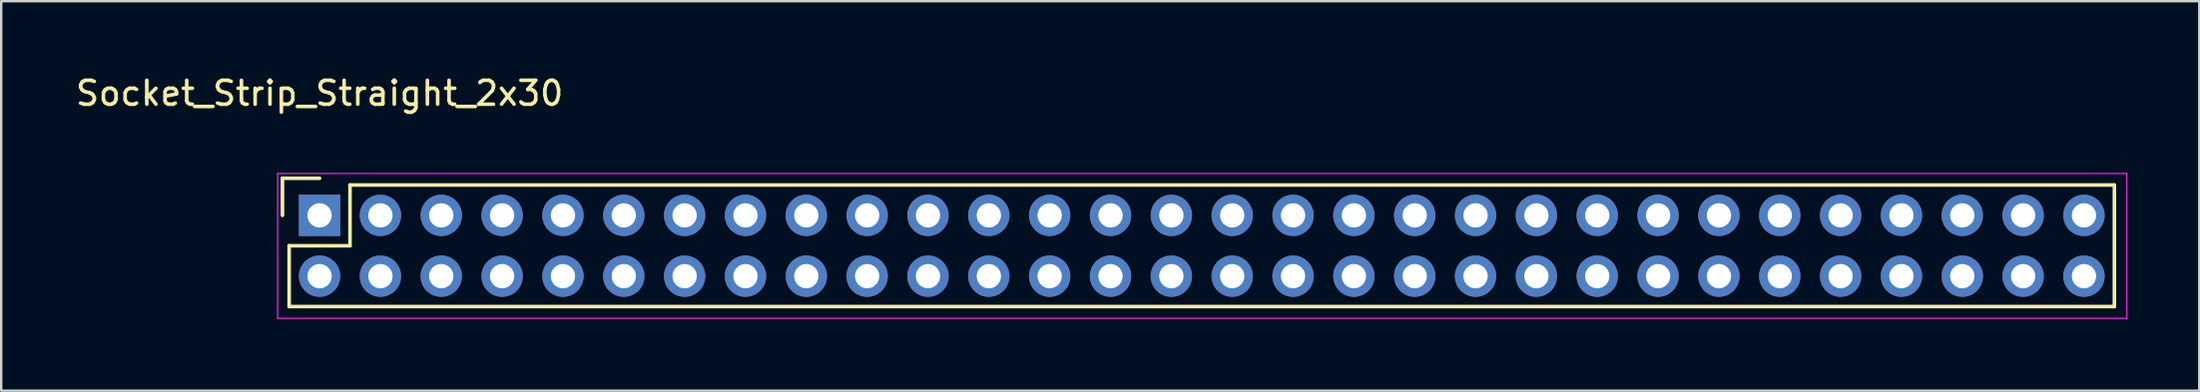
<source format=kicad_pcb>
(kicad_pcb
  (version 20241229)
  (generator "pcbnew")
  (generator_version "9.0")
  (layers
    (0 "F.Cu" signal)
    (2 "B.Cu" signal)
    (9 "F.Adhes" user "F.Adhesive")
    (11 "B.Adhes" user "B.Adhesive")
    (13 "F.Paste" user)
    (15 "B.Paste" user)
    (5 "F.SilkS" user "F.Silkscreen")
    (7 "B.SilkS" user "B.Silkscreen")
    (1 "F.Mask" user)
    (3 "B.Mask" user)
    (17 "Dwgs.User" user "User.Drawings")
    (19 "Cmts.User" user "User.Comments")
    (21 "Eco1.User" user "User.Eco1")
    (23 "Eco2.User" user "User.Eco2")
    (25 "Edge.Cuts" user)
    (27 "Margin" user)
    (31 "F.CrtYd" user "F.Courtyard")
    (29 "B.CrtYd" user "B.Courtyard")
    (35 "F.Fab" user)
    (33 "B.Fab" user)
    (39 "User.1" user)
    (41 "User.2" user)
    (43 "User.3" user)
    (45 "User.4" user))
  (footprint "Socket_Strip_Straight_2x30"
    (layer "F.Cu")
    (at 10.292 5.948)
    (property "Reference" "Socket_Strip_Straight_2x30" (at 0 -5.1 0) (layer "F.SilkS") (effects (font (size 1 1) (thickness 0.15))))
    (attr through_hole)
    (fp_line (start -1.55 -1.55) (end -1.55 0) (stroke (width 0.15) (type solid)) (layer "F.SilkS"))
    (fp_line (start -1.27 1.27) (end 1.27 1.27) (stroke (width 0.15) (type solid)) (layer "F.SilkS"))
    (fp_line (start -1.27 3.81) (end -1.27 1.27) (stroke (width 0.15) (type solid)) (layer "F.SilkS"))
    (fp_line (start -1.27 3.81) (end 74.93 3.81) (stroke (width 0.15) (type solid)) (layer "F.SilkS"))
    (fp_line (start 0 -1.55) (end -1.55 -1.55) (stroke (width 0.15) (type solid)) (layer "F.SilkS"))
    (fp_line (start 1.27 1.27) (end 1.27 -1.27) (stroke (width 0.15) (type solid)) (layer "F.SilkS"))
    (fp_line (start 74.93 -1.27) (end 1.27 -1.27) (stroke (width 0.15) (type solid)) (layer "F.SilkS"))
    (fp_line (start 74.93 3.81) (end 74.93 -1.27) (stroke (width 0.15) (type solid)) (layer "F.SilkS"))
    (fp_line (start -1.75 -1.75) (end -1.75 4.3) (stroke (width 0.05) (type solid)) (layer "F.CrtYd"))
    (fp_line (start -1.75 -1.75) (end 75.45 -1.75) (stroke (width 0.05) (type solid)) (layer "F.CrtYd"))
    (fp_line (start -1.75 4.3) (end 75.45 4.3) (stroke (width 0.05) (type solid)) (layer "F.CrtYd"))
    (fp_line (start 75.45 -1.75) (end 75.45 4.3) (stroke (width 0.05) (type solid)) (layer "F.CrtYd"))
    (pad "1" thru_hole rect (at 0 0) (size 1.727 1.727) (drill 1.016) (layers "*.Cu" "*.Mask"))
    (pad "2" thru_hole oval (at 0 2.54) (size 1.727 1.727) (drill 1.016) (layers "*.Cu" "*.Mask"))
    (pad "3" thru_hole oval (at 2.54 0) (size 1.727 1.727) (drill 1.016) (layers "*.Cu" "*.Mask"))
    (pad "4" thru_hole oval (at 2.54 2.54) (size 1.727 1.727) (drill 1.016) (layers "*.Cu" "*.Mask"))
    (pad "5" thru_hole oval (at 5.08 0) (size 1.727 1.727) (drill 1.016) (layers "*.Cu" "*.Mask"))
    (pad "6" thru_hole oval (at 5.08 2.54) (size 1.727 1.727) (drill 1.016) (layers "*.Cu" "*.Mask"))
    (pad "7" thru_hole oval (at 7.62 0) (size 1.727 1.727) (drill 1.016) (layers "*.Cu" "*.Mask"))
    (pad "8" thru_hole oval (at 7.62 2.54) (size 1.727 1.727) (drill 1.016) (layers "*.Cu" "*.Mask"))
    (pad "9" thru_hole oval (at 10.16 0) (size 1.727 1.727) (drill 1.016) (layers "*.Cu" "*.Mask"))
    (pad "10" thru_hole oval (at 10.16 2.54) (size 1.727 1.727) (drill 1.016) (layers "*.Cu" "*.Mask"))
    (pad "11" thru_hole oval (at 12.7 0) (size 1.727 1.727) (drill 1.016) (layers "*.Cu" "*.Mask"))
    (pad "12" thru_hole oval (at 12.7 2.54) (size 1.727 1.727) (drill 1.016) (layers "*.Cu" "*.Mask"))
    (pad "13" thru_hole oval (at 15.24 0) (size 1.727 1.727) (drill 1.016) (layers "*.Cu" "*.Mask"))
    (pad "14" thru_hole oval (at 15.24 2.54) (size 1.727 1.727) (drill 1.016) (layers "*.Cu" "*.Mask"))
    (pad "15" thru_hole oval (at 17.78 0) (size 1.727 1.727) (drill 1.016) (layers "*.Cu" "*.Mask"))
    (pad "16" thru_hole oval (at 17.78 2.54) (size 1.727 1.727) (drill 1.016) (layers "*.Cu" "*.Mask"))
    (pad "17" thru_hole oval (at 20.32 0) (size 1.727 1.727) (drill 1.016) (layers "*.Cu" "*.Mask"))
    (pad "18" thru_hole oval (at 20.32 2.54) (size 1.727 1.727) (drill 1.016) (layers "*.Cu" "*.Mask"))
    (pad "19" thru_hole oval (at 22.86 0) (size 1.727 1.727) (drill 1.016) (layers "*.Cu" "*.Mask"))
    (pad "20" thru_hole oval (at 22.86 2.54) (size 1.727 1.727) (drill 1.016) (layers "*.Cu" "*.Mask"))
    (pad "21" thru_hole oval (at 25.4 0) (size 1.727 1.727) (drill 1.016) (layers "*.Cu" "*.Mask"))
    (pad "22" thru_hole oval (at 25.4 2.54) (size 1.727 1.727) (drill 1.016) (layers "*.Cu" "*.Mask"))
    (pad "23" thru_hole oval (at 27.94 0) (size 1.727 1.727) (drill 1.016) (layers "*.Cu" "*.Mask"))
    (pad "24" thru_hole oval (at 27.94 2.54) (size 1.727 1.727) (drill 1.016) (layers "*.Cu" "*.Mask"))
    (pad "25" thru_hole oval (at 30.48 0) (size 1.727 1.727) (drill 1.016) (layers "*.Cu" "*.Mask"))
    (pad "26" thru_hole oval (at 30.48 2.54) (size 1.727 1.727) (drill 1.016) (layers "*.Cu" "*.Mask"))
    (pad "27" thru_hole oval (at 33.02 0) (size 1.727 1.727) (drill 1.016) (layers "*.Cu" "*.Mask"))
    (pad "28" thru_hole oval (at 33.02 2.54) (size 1.727 1.727) (drill 1.016) (layers "*.Cu" "*.Mask"))
    (pad "29" thru_hole oval (at 35.56 0) (size 1.727 1.727) (drill 1.016) (layers "*.Cu" "*.Mask"))
    (pad "30" thru_hole oval (at 35.56 2.54) (size 1.727 1.727) (drill 1.016) (layers "*.Cu" "*.Mask"))
    (pad "31" thru_hole oval (at 38.1 0) (size 1.727 1.727) (drill 1.016) (layers "*.Cu" "*.Mask"))
    (pad "32" thru_hole oval (at 38.1 2.54) (size 1.727 1.727) (drill 1.016) (layers "*.Cu" "*.Mask"))
    (pad "33" thru_hole oval (at 40.64 0) (size 1.727 1.727) (drill 1.016) (layers "*.Cu" "*.Mask"))
    (pad "34" thru_hole oval (at 40.64 2.54) (size 1.727 1.727) (drill 1.016) (layers "*.Cu" "*.Mask"))
    (pad "35" thru_hole oval (at 43.18 0) (size 1.727 1.727) (drill 1.016) (layers "*.Cu" "*.Mask"))
    (pad "36" thru_hole oval (at 43.18 2.54) (size 1.727 1.727) (drill 1.016) (layers "*.Cu" "*.Mask"))
    (pad "37" thru_hole oval (at 45.72 0) (size 1.727 1.727) (drill 1.016) (layers "*.Cu" "*.Mask"))
    (pad "38" thru_hole oval (at 45.72 2.54) (size 1.727 1.727) (drill 1.016) (layers "*.Cu" "*.Mask"))
    (pad "39" thru_hole oval (at 48.26 0) (size 1.727 1.727) (drill 1.016) (layers "*.Cu" "*.Mask"))
    (pad "40" thru_hole oval (at 48.26 2.54) (size 1.727 1.727) (drill 1.016) (layers "*.Cu" "*.Mask"))
    (pad "41" thru_hole oval (at 50.8 0) (size 1.727 1.727) (drill 1.016) (layers "*.Cu" "*.Mask"))
    (pad "42" thru_hole oval (at 50.8 2.54) (size 1.727 1.727) (drill 1.016) (layers "*.Cu" "*.Mask"))
    (pad "43" thru_hole oval (at 53.34 0) (size 1.727 1.727) (drill 1.016) (layers "*.Cu" "*.Mask"))
    (pad "44" thru_hole oval (at 53.34 2.54) (size 1.727 1.727) (drill 1.016) (layers "*.Cu" "*.Mask"))
    (pad "45" thru_hole oval (at 55.88 0) (size 1.727 1.727) (drill 1.016) (layers "*.Cu" "*.Mask"))
    (pad "46" thru_hole oval (at 55.88 2.54) (size 1.727 1.727) (drill 1.016) (layers "*.Cu" "*.Mask"))
    (pad "47" thru_hole oval (at 58.42 0) (size 1.727 1.727) (drill 1.016) (layers "*.Cu" "*.Mask"))
    (pad "48" thru_hole oval (at 58.42 2.54) (size 1.727 1.727) (drill 1.016) (layers "*.Cu" "*.Mask"))
    (pad "49" thru_hole oval (at 60.96 0) (size 1.727 1.727) (drill 1.016) (layers "*.Cu" "*.Mask"))
    (pad "50" thru_hole oval (at 60.96 2.54) (size 1.727 1.727) (drill 1.016) (layers "*.Cu" "*.Mask"))
    (pad "51" thru_hole oval (at 63.5 0) (size 1.727 1.727) (drill 1.016) (layers "*.Cu" "*.Mask"))
    (pad "52" thru_hole oval (at 63.5 2.54) (size 1.727 1.727) (drill 1.016) (layers "*.Cu" "*.Mask"))
    (pad "53" thru_hole oval (at 66.04 0) (size 1.727 1.727) (drill 1.016) (layers "*.Cu" "*.Mask"))
    (pad "54" thru_hole oval (at 66.04 2.54) (size 1.727 1.727) (drill 1.016) (layers "*.Cu" "*.Mask"))
    (pad "55" thru_hole oval (at 68.58 0) (size 1.727 1.727) (drill 1.016) (layers "*.Cu" "*.Mask"))
    (pad "56" thru_hole oval (at 68.58 2.54) (size 1.727 1.727) (drill 1.016) (layers "*.Cu" "*.Mask"))
    (pad "57" thru_hole oval (at 71.12 0) (size 1.727 1.727) (drill 1.016) (layers "*.Cu" "*.Mask"))
    (pad "58" thru_hole oval (at 71.12 2.54) (size 1.727 1.727) (drill 1.016) (layers "*.Cu" "*.Mask"))
    (pad "59" thru_hole oval (at 73.66 0) (size 1.727 1.727) (drill 1.016) (layers "*.Cu" "*.Mask"))
    (pad "60" thru_hole oval (at 73.66 2.54) (size 1.727 1.727) (drill 1.016) (layers "*.Cu" "*.Mask")))
  (gr_rect
    (start -3 -3)
    (end 88.767 13.273)
    (stroke (width 0.1) (type default))
    (fill no)
    (layer "Edge.Cuts")))
</source>
